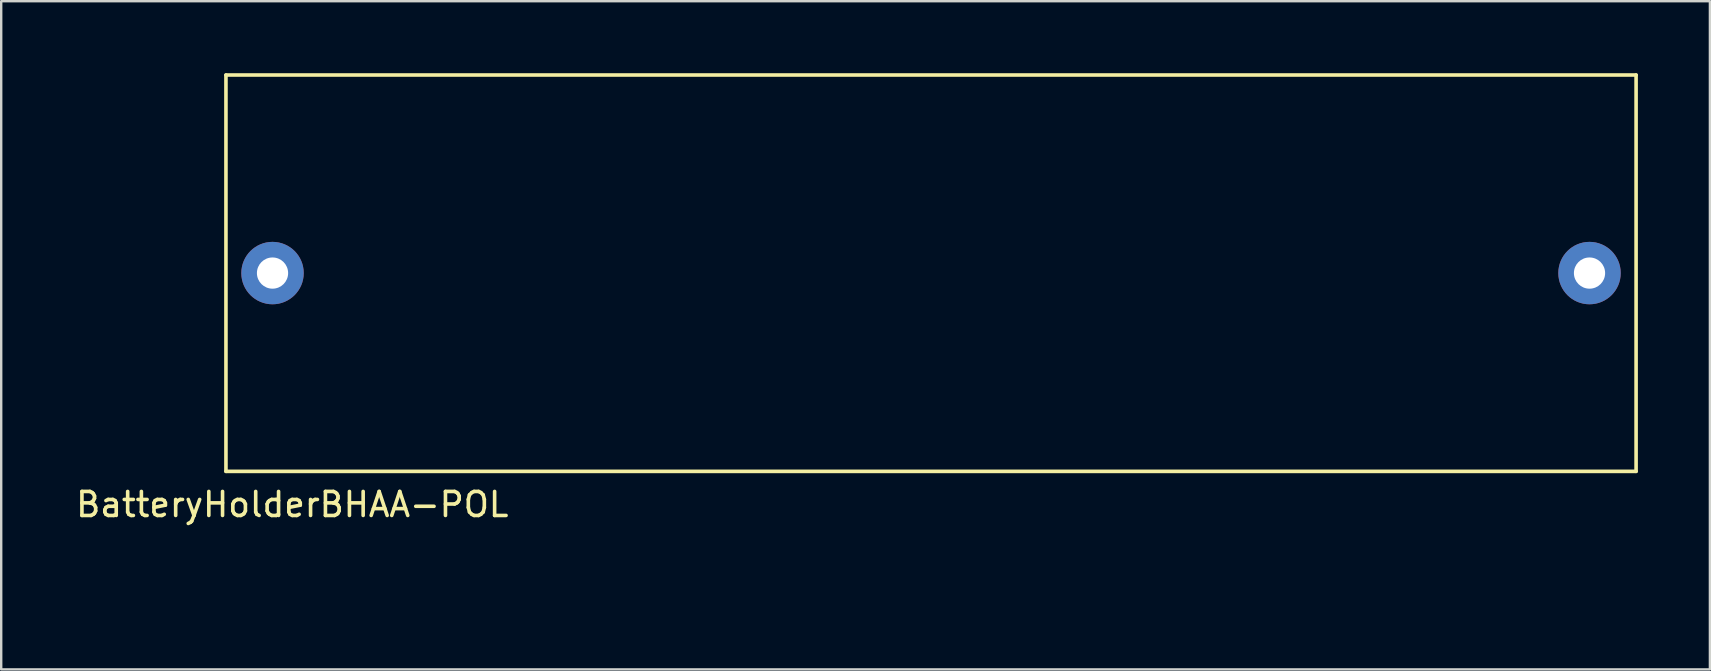
<source format=kicad_pcb>
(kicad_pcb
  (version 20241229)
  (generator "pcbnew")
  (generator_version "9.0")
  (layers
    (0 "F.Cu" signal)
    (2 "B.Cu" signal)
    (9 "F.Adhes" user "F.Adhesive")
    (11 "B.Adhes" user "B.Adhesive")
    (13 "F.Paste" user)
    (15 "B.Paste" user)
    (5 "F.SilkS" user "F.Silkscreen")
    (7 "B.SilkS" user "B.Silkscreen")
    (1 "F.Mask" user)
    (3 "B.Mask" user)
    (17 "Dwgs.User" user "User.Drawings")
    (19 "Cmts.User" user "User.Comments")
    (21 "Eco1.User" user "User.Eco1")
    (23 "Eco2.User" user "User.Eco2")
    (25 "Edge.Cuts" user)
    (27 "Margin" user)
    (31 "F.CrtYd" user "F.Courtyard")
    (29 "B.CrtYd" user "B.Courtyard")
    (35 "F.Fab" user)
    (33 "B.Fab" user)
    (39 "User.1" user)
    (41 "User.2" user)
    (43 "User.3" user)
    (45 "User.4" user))
  (footprint "BatteryHolderBHAA-POL"
    (layer "F.Cu")
    (at 35.732 21.585)
    (property "Reference" "BatteryHolderBHAA-POL" (at -26.607 -3.619 0) (layer "F.SilkS") (effects (font (size 1 1) (thickness 0.15))))
    (attr through_hole)
    (fp_line (start -29.37 -21.51) (end -29.37 -5) (stroke (width 0.15) (type solid)) (layer "F.SilkS"))
    (fp_line (start -29.37 -5) (end 29.37 -5) (stroke (width 0.15) (type solid)) (layer "F.SilkS"))
    (fp_line (start 29.37 -21.51) (end -29.37 -21.51) (stroke (width 0.15) (type solid)) (layer "F.SilkS"))
    (fp_line (start 29.37 -5) (end 29.37 -21.51) (stroke (width 0.15) (type solid)) (layer "F.SilkS"))
    (pad "1" thru_hole circle (at -27.43 -13.26) (size 2.6 2.6) (drill 1.3) (layers "*.Cu" "*.Mask"))
    (pad "2" thru_hole circle (at 27.43 -13.26) (size 2.6 2.6) (drill 1.3) (layers "*.Cu" "*.Mask")))
  (gr_rect
    (start -3 -3)
    (end 68.177 24.835)
    (stroke (width 0.1) (type default))
    (fill no)
    (layer "Edge.Cuts")))
</source>
